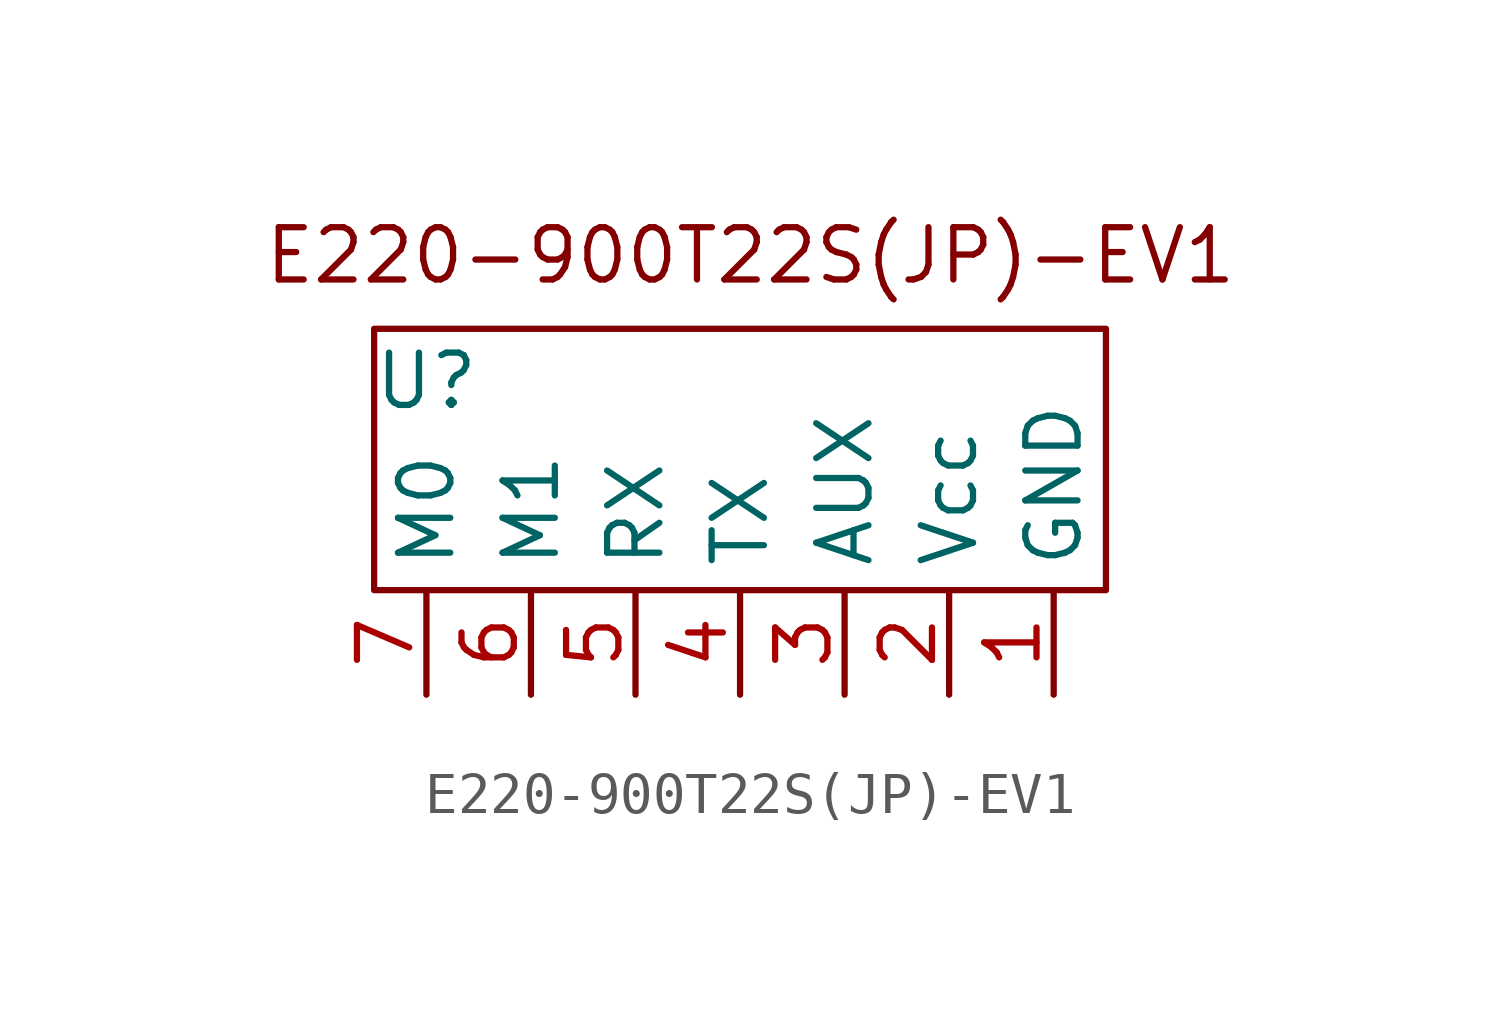
<source format=kicad_sym>
(kicad_symbol_lib
  (version 20231120)
  (generator "kicad_symbol_editor")
  (generator_version "8.0")
  (symbol "E220-900T22S(JP)-EV1"
    (property "Reference" "U"
      (at 0 0 0)
      (effects (font (size 1.27 1.27))))
    (property "Value" ""
      (at 0 0 0)
      (effects (font (size 1.27 1.27))))
    (symbol "E220-900T22S(JP)-EV1_0_1"
      (rectangle (start -1.27 1.27) (end 16.51 -5.08) (stroke (width 0) (type default)) (fill (type none))))
    (symbol "E220-900T22S(JP)-EV1_1_1"
      (text "E220-900T22S(JP)-EV1" (at 7.874 3.048 0) (effects (font (size 1.27 1.27))))
      (pin bidirectional line (at 15.24 -7.62 90) (length 2.54) (name "GND" (effects (font (size 1.27 1.27)))) (number "1" (effects (font (size 1.27 1.27)))))
      (pin bidirectional line (at 12.7 -7.62 90) (length 2.54) (name "Vcc" (effects (font (size 1.27 1.27)))) (number "2" (effects (font (size 1.27 1.27)))))
      (pin bidirectional line (at 10.16 -7.62 90) (length 2.54) (name "AUX" (effects (font (size 1.27 1.27)))) (number "3" (effects (font (size 1.27 1.27)))))
      (pin bidirectional line (at 7.62 -7.62 90) (length 2.54) (name "TX" (effects (font (size 1.27 1.27)))) (number "4" (effects (font (size 1.27 1.27)))))
      (pin bidirectional line (at 5.08 -7.62 90) (length 2.54) (name "RX" (effects (font (size 1.27 1.27)))) (number "5" (effects (font (size 1.27 1.27)))))
      (pin bidirectional line (at 2.54 -7.62 90) (length 2.54) (name "M1" (effects (font (size 1.27 1.27)))) (number "6" (effects (font (size 1.27 1.27)))))
      (pin bidirectional line (at 0 -7.62 90) (length 2.54) (name "M0" (effects (font (size 1.27 1.27)))) (number "7" (effects (font (size 1.27 1.27))))))))
</source>
